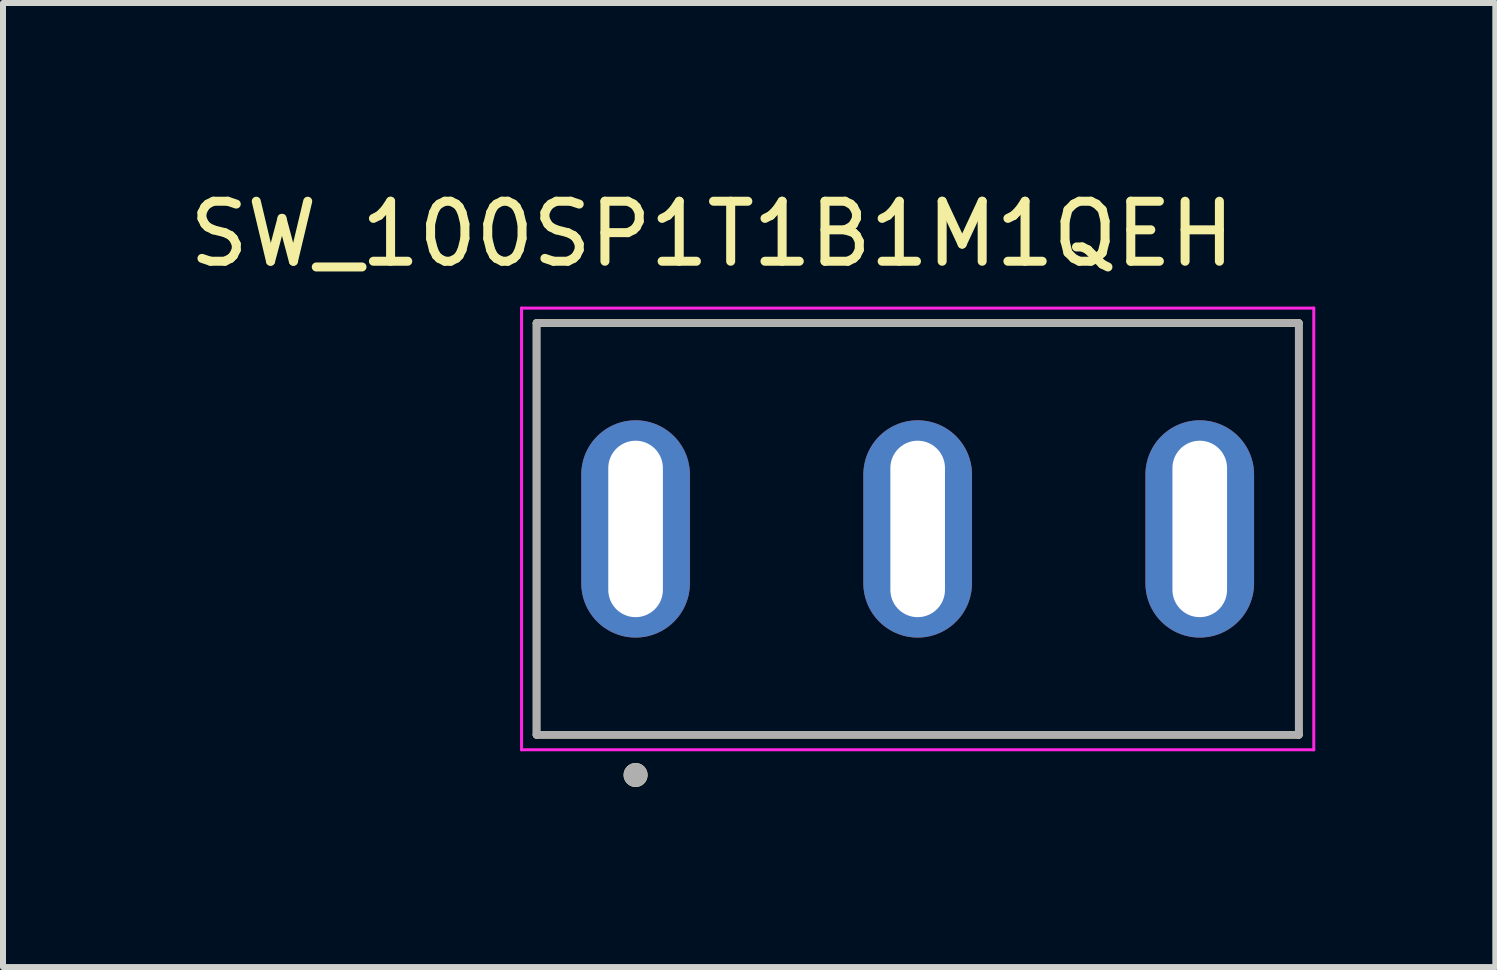
<source format=kicad_pcb>
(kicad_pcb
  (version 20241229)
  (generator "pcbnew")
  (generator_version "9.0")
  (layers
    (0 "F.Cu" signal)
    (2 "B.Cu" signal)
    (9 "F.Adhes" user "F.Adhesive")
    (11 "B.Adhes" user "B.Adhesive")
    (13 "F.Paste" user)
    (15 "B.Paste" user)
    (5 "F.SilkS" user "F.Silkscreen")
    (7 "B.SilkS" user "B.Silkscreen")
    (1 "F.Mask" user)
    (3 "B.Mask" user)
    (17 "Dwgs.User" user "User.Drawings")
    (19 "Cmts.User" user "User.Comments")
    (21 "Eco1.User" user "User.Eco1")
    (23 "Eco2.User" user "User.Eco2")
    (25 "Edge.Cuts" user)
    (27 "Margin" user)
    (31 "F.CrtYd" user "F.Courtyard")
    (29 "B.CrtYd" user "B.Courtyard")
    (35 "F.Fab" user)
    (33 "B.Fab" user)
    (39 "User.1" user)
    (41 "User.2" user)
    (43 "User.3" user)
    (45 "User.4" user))
  (footprint "SW_100SP1T1B1M1QEH"
    (layer "F.Cu")
    (at 12.24 5.763)
    (property "Reference" "SW_100SP1T1B1M1QEH" (at -3.425 -4.915 0) (layer "F.SilkS") (effects (font (size 1 1) (thickness 0.15))))
    (attr through_hole)
    (fp_line (start -6.35 -3.43) (end 6.35 -3.43) (stroke (width 0.127) (type solid)) (layer "F.SilkS"))
    (fp_line (start -6.35 3.43) (end -6.35 -3.43) (stroke (width 0.127) (type solid)) (layer "F.SilkS"))
    (fp_line (start 6.35 -3.43) (end 6.35 3.43) (stroke (width 0.127) (type solid)) (layer "F.SilkS"))
    (fp_line (start 6.35 3.43) (end -6.35 3.43) (stroke (width 0.127) (type solid)) (layer "F.SilkS"))
    (fp_circle (center -4.7 4.1) (end -4.6 4.1) (stroke (width 0.2) (type solid)) (fill no) (layer "F.SilkS"))
    (fp_line (start -6.6 -3.68) (end -6.6 3.68) (stroke (width 0.05) (type solid)) (layer "F.CrtYd"))
    (fp_line (start -6.6 3.68) (end 6.6 3.68) (stroke (width 0.05) (type solid)) (layer "F.CrtYd"))
    (fp_line (start 6.6 -3.68) (end -6.6 -3.68) (stroke (width 0.05) (type solid)) (layer "F.CrtYd"))
    (fp_line (start 6.6 3.68) (end 6.6 -3.68) (stroke (width 0.05) (type solid)) (layer "F.CrtYd"))
    (fp_line (start -6.35 -3.43) (end 6.35 -3.43) (stroke (width 0.127) (type solid)) (layer "F.Fab"))
    (fp_line (start -6.35 3.43) (end -6.35 -3.43) (stroke (width 0.127) (type solid)) (layer "F.Fab"))
    (fp_line (start 6.35 -3.43) (end 6.35 3.43) (stroke (width 0.127) (type solid)) (layer "F.Fab"))
    (fp_line (start 6.35 3.43) (end -6.35 3.43) (stroke (width 0.127) (type solid)) (layer "F.Fab"))
    (fp_circle (center -4.7 4.1) (end -4.6 4.1) (stroke (width 0.2) (type solid)) (fill no) (layer "F.Fab"))
    (pad "1" thru_hole oval (at -4.7 0) (size 1.81 3.62) (drill oval 0.91 2.94) (layers "*.Cu" "*.Mask"))
    (pad "2" thru_hole oval (at 0 0) (size 1.81 3.62) (drill oval 0.91 2.94) (layers "*.Cu" "*.Mask"))
    (pad "3" thru_hole oval (at 4.7 0) (size 1.81 3.62) (drill oval 0.91 2.94) (layers "*.Cu" "*.Mask")))
  (gr_rect
    (start -3 -3)
    (end 21.865 13.063)
    (stroke (width 0.1) (type default))
    (fill no)
    (layer "Edge.Cuts")))
</source>
